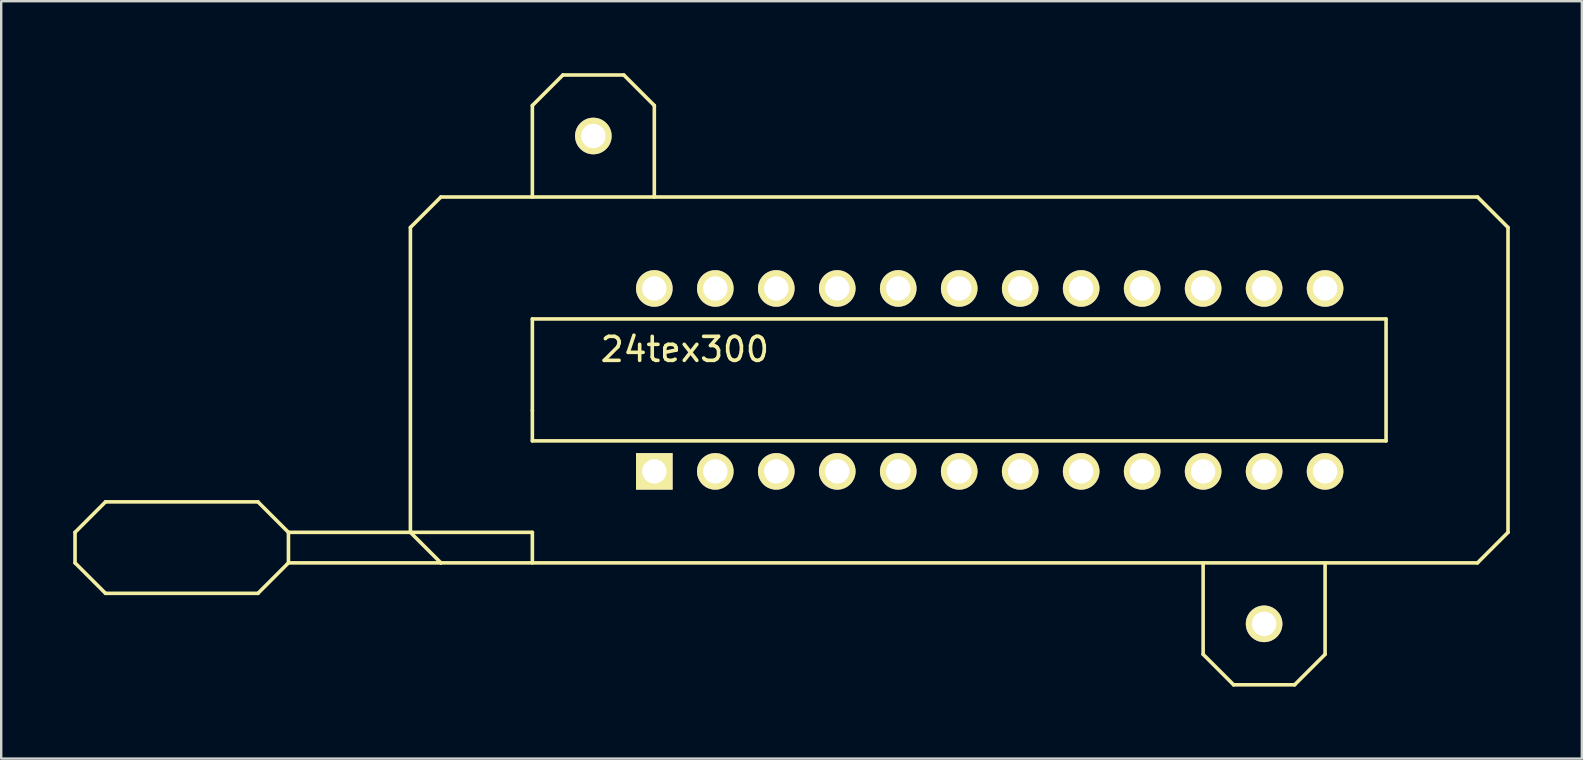
<source format=kicad_pcb>
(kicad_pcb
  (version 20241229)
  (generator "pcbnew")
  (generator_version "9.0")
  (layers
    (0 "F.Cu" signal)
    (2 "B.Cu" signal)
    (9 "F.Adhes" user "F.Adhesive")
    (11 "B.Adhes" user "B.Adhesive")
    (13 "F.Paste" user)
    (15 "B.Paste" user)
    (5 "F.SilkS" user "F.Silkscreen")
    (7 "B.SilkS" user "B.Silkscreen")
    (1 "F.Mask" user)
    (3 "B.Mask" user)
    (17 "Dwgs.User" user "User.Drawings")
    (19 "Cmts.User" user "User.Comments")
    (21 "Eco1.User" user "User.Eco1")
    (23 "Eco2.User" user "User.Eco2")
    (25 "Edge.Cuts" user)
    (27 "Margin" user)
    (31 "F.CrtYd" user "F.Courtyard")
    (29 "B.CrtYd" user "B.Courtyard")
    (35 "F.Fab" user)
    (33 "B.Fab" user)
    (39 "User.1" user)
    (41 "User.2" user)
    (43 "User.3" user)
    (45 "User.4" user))
  (footprint "24tex300"
    (layer "F.Cu")
    (at 38.175 12.775)
    (property "Reference" "24tex300" (at -12.7 -1.27 0) (layer "F.SilkS") (effects (font (size 1 1) (thickness 0.15))))
    (attr through_hole)
    (fp_line (start -38.1 6.35) (end -38.1 7.62) (stroke (width 0.15) (type solid)) (layer "F.SilkS"))
    (fp_line (start -38.1 7.62) (end -36.83 8.89) (stroke (width 0.15) (type solid)) (layer "F.SilkS"))
    (fp_line (start -36.83 5.08) (end -38.1 6.35) (stroke (width 0.15) (type solid)) (layer "F.SilkS"))
    (fp_line (start -36.83 8.89) (end -30.48 8.89) (stroke (width 0.15) (type solid)) (layer "F.SilkS"))
    (fp_line (start -30.48 5.08) (end -36.83 5.08) (stroke (width 0.15) (type solid)) (layer "F.SilkS"))
    (fp_line (start -30.48 5.08) (end -29.21 6.35) (stroke (width 0.15) (type solid)) (layer "F.SilkS"))
    (fp_line (start -30.48 8.89) (end -29.21 7.62) (stroke (width 0.15) (type solid)) (layer "F.SilkS"))
    (fp_line (start -29.21 6.35) (end -29.21 7.62) (stroke (width 0.15) (type solid)) (layer "F.SilkS"))
    (fp_line (start -29.21 6.35) (end -19.05 6.35) (stroke (width 0.15) (type solid)) (layer "F.SilkS"))
    (fp_line (start -29.21 7.62) (end -22.86 7.62) (stroke (width 0.15) (type solid)) (layer "F.SilkS"))
    (fp_line (start -24.13 -6.35) (end -24.13 6.35) (stroke (width 0.15) (type solid)) (layer "F.SilkS"))
    (fp_line (start -24.13 6.35) (end -22.86 7.62) (stroke (width 0.15) (type solid)) (layer "F.SilkS"))
    (fp_line (start -22.86 -7.62) (end -24.13 -6.35) (stroke (width 0.15) (type solid)) (layer "F.SilkS"))
    (fp_line (start -22.86 7.62) (end 20.32 7.62) (stroke (width 0.15) (type solid)) (layer "F.SilkS"))
    (fp_line (start -19.05 -11.43) (end -19.05 -7.62) (stroke (width 0.15) (type solid)) (layer "F.SilkS"))
    (fp_line (start -19.05 -2.54) (end 16.51 -2.54) (stroke (width 0.15) (type solid)) (layer "F.SilkS"))
    (fp_line (start -19.05 1.27) (end -19.05 -2.54) (stroke (width 0.15) (type solid)) (layer "F.SilkS"))
    (fp_line (start -19.05 2.54) (end -19.05 1.27) (stroke (width 0.15) (type solid)) (layer "F.SilkS"))
    (fp_line (start -19.05 6.35) (end -19.05 7.62) (stroke (width 0.15) (type solid)) (layer "F.SilkS"))
    (fp_line (start -17.78 -12.7) (end -19.05 -11.43) (stroke (width 0.15) (type solid)) (layer "F.SilkS"))
    (fp_line (start -15.24 -12.7) (end -17.78 -12.7) (stroke (width 0.15) (type solid)) (layer "F.SilkS"))
    (fp_line (start -13.97 -11.43) (end -15.24 -12.7) (stroke (width 0.15) (type solid)) (layer "F.SilkS"))
    (fp_line (start -13.97 -7.62) (end -13.97 -11.43) (stroke (width 0.15) (type solid)) (layer "F.SilkS"))
    (fp_line (start 8.89 11.43) (end 8.89 7.62) (stroke (width 0.15) (type solid)) (layer "F.SilkS"))
    (fp_line (start 10.16 12.7) (end 8.89 11.43) (stroke (width 0.15) (type solid)) (layer "F.SilkS"))
    (fp_line (start 12.7 12.7) (end 10.16 12.7) (stroke (width 0.15) (type solid)) (layer "F.SilkS"))
    (fp_line (start 13.97 7.62) (end 13.97 11.43) (stroke (width 0.15) (type solid)) (layer "F.SilkS"))
    (fp_line (start 13.97 11.43) (end 12.7 12.7) (stroke (width 0.15) (type solid)) (layer "F.SilkS"))
    (fp_line (start 16.51 -2.54) (end 16.51 2.54) (stroke (width 0.15) (type solid)) (layer "F.SilkS"))
    (fp_line (start 16.51 2.54) (end -19.05 2.54) (stroke (width 0.15) (type solid)) (layer "F.SilkS"))
    (fp_line (start 20.32 -7.62) (end -22.86 -7.62) (stroke (width 0.15) (type solid)) (layer "F.SilkS"))
    (fp_line (start 20.32 7.62) (end 21.59 6.35) (stroke (width 0.15) (type solid)) (layer "F.SilkS"))
    (fp_line (start 21.59 -6.35) (end 20.32 -7.62) (stroke (width 0.15) (type solid)) (layer "F.SilkS"))
    (fp_line (start 21.59 6.35) (end 21.59 -6.35) (stroke (width 0.15) (type solid)) (layer "F.SilkS"))
    (pad "1" thru_hole rect (at -13.97 3.81) (size 1.524 1.524) (drill 1.016) (layers "*.Cu" "*.Mask" "F.SilkS"))
    (pad "2" thru_hole circle (at -11.43 3.81) (size 1.524 1.524) (drill 1.016) (layers "*.Cu" "*.Mask" "F.SilkS"))
    (pad "3" thru_hole circle (at -8.89 3.81) (size 1.524 1.524) (drill 1.016) (layers "*.Cu" "*.Mask" "F.SilkS"))
    (pad "4" thru_hole circle (at -6.35 3.81) (size 1.524 1.524) (drill 1.016) (layers "*.Cu" "*.Mask" "F.SilkS"))
    (pad "5" thru_hole circle (at -3.81 3.81) (size 1.524 1.524) (drill 1.016) (layers "*.Cu" "*.Mask" "F.SilkS"))
    (pad "6" thru_hole circle (at -1.27 3.81) (size 1.524 1.524) (drill 1.016) (layers "*.Cu" "*.Mask" "F.SilkS"))
    (pad "7" thru_hole circle (at 1.27 3.81) (size 1.524 1.524) (drill 1.016) (layers "*.Cu" "*.Mask" "F.SilkS"))
    (pad "8" thru_hole circle (at 3.81 3.81) (size 1.524 1.524) (drill 1.016) (layers "*.Cu" "*.Mask" "F.SilkS"))
    (pad "9" thru_hole circle (at 6.35 3.81) (size 1.524 1.524) (drill 1.016) (layers "*.Cu" "*.Mask" "F.SilkS"))
    (pad "10" thru_hole circle (at 8.89 3.81) (size 1.524 1.524) (drill 1.016) (layers "*.Cu" "*.Mask" "F.SilkS"))
    (pad "11" thru_hole circle (at 11.43 3.81) (size 1.524 1.524) (drill 1.016) (layers "*.Cu" "*.Mask" "F.SilkS"))
    (pad "12" thru_hole circle (at 13.97 3.81) (size 1.524 1.524) (drill 1.016) (layers "*.Cu" "*.Mask" "F.SilkS"))
    (pad "13" thru_hole circle (at 13.97 -3.81) (size 1.524 1.524) (drill 1.016) (layers "*.Cu" "*.Mask" "F.SilkS"))
    (pad "14" thru_hole circle (at 11.43 -3.81) (size 1.524 1.524) (drill 1.016) (layers "*.Cu" "*.Mask" "F.SilkS"))
    (pad "15" thru_hole circle (at 8.89 -3.81) (size 1.524 1.524) (drill 1.016) (layers "*.Cu" "*.Mask" "F.SilkS"))
    (pad "16" thru_hole circle (at 6.35 -3.81) (size 1.524 1.524) (drill 1.016) (layers "*.Cu" "*.Mask" "F.SilkS"))
    (pad "17" thru_hole circle (at 3.81 -3.81) (size 1.524 1.524) (drill 1.016) (layers "*.Cu" "*.Mask" "F.SilkS"))
    (pad "18" thru_hole circle (at 1.27 -3.81) (size 1.524 1.524) (drill 1.016) (layers "*.Cu" "*.Mask" "F.SilkS"))
    (pad "19" thru_hole circle (at -1.27 -3.81) (size 1.524 1.524) (drill 1.016) (layers "*.Cu" "*.Mask" "F.SilkS"))
    (pad "20" thru_hole circle (at -3.81 -3.81) (size 1.524 1.524) (drill 1.016) (layers "*.Cu" "*.Mask" "F.SilkS"))
    (pad "21" thru_hole circle (at -6.35 -3.81) (size 1.524 1.524) (drill 1.016) (layers "*.Cu" "*.Mask" "F.SilkS"))
    (pad "22" thru_hole circle (at -8.89 -3.81) (size 1.524 1.524) (drill 1.016) (layers "*.Cu" "*.Mask" "F.SilkS"))
    (pad "23" thru_hole circle (at -11.43 -3.81) (size 1.524 1.524) (drill 1.016) (layers "*.Cu" "*.Mask" "F.SilkS"))
    (pad "24" thru_hole circle (at -13.97 -3.81) (size 1.524 1.524) (drill 1.016) (layers "*.Cu" "*.Mask" "F.SilkS"))
    (pad "HOLE" thru_hole circle (at -16.51 -10.16) (size 1.524 1.524) (drill 1.016) (layers "*.Cu" "*.Mask" "F.SilkS"))
    (pad "HOLE" thru_hole circle (at 11.43 10.16) (size 1.524 1.524) (drill 1.016) (layers "*.Cu" "*.Mask" "F.SilkS")))
  (gr_rect
    (start -3 -3)
    (end 62.84 28.55)
    (stroke (width 0.1) (type default))
    (fill no)
    (layer "Edge.Cuts")))
</source>
